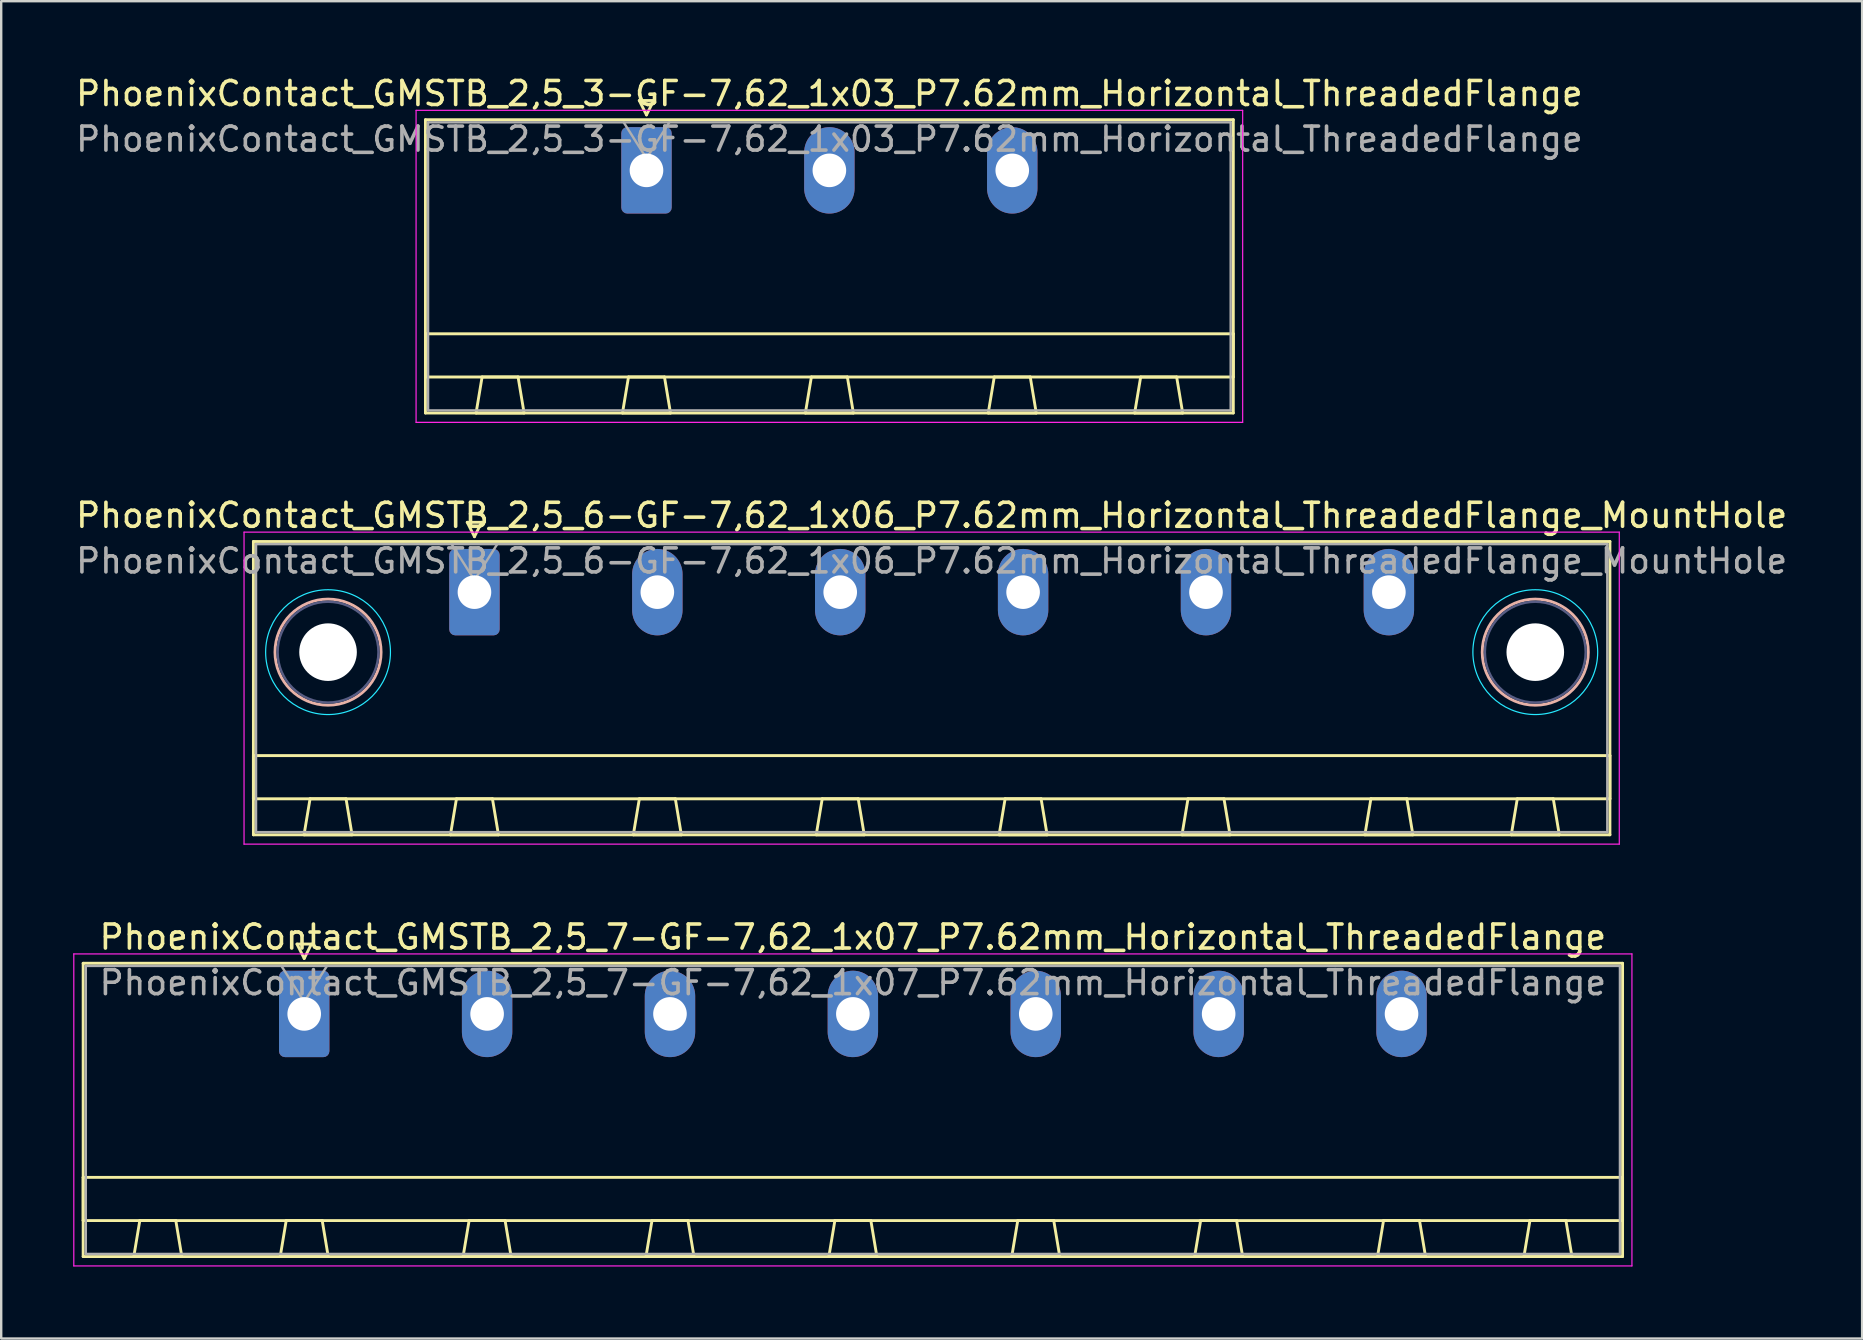
<source format=kicad_pcb>
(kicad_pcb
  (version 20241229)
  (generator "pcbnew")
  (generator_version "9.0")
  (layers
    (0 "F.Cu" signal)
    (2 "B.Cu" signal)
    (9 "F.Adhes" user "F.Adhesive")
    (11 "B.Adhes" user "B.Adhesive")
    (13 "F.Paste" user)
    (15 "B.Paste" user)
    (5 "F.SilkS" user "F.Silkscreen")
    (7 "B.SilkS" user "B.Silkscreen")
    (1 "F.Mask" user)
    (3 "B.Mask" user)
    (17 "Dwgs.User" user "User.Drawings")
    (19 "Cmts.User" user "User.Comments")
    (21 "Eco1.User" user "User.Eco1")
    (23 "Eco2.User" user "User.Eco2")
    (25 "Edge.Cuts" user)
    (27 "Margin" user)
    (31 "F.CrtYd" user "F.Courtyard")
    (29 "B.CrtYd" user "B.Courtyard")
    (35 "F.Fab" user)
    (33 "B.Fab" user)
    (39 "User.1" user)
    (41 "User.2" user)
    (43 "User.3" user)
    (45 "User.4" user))
  (footprint "PhoenixContact_GMSTB_2,5_6-GF-7,62_1x06_P7.62mm_Horizontal_ThreadedFlange_MountHole"
    (layer "F.Cu")
    (at 16.718 21.622)
    (property "Reference" "PhoenixContact_GMSTB_2,5_6-GF-7,62_1x06_P7.62mm_Horizontal_ThreadedFlange_MountHole" (at 19.05 -3.2 0) (layer "F.SilkS") (effects (font (size 1 1) (thickness 0.15))))
    (attr through_hole)
    (fp_line (start -9.21 -2.11) (end -9.21 10.11) (stroke (width 0.12) (type solid)) (layer "F.SilkS"))
    (fp_line (start -9.21 6.81) (end 47.31 6.81) (stroke (width 0.12) (type solid)) (layer "F.SilkS"))
    (fp_line (start -9.21 8.61) (end -9.21 6.81) (stroke (width 0.12) (type solid)) (layer "F.SilkS"))
    (fp_line (start -9.21 10.11) (end 47.31 10.11) (stroke (width 0.12) (type solid)) (layer "F.SilkS"))
    (fp_line (start -7.1 10.11) (end -5.1 10.11) (stroke (width 0.12) (type solid)) (layer "F.SilkS"))
    (fp_line (start -6.85 8.61) (end -7.1 10.11) (stroke (width 0.12) (type solid)) (layer "F.SilkS"))
    (fp_line (start -5.35 8.61) (end -6.85 8.61) (stroke (width 0.12) (type solid)) (layer "F.SilkS"))
    (fp_line (start -5.1 10.11) (end -5.35 8.61) (stroke (width 0.12) (type solid)) (layer "F.SilkS"))
    (fp_line (start -1 10.11) (end 1 10.11) (stroke (width 0.12) (type solid)) (layer "F.SilkS"))
    (fp_line (start -0.75 8.61) (end -1 10.11) (stroke (width 0.12) (type solid)) (layer "F.SilkS"))
    (fp_line (start -0.3 -2.91) (end 0.3 -2.91) (stroke (width 0.12) (type solid)) (layer "F.SilkS"))
    (fp_line (start 0 -2.31) (end -0.3 -2.91) (stroke (width 0.12) (type solid)) (layer "F.SilkS"))
    (fp_line (start 0.3 -2.91) (end 0 -2.31) (stroke (width 0.12) (type solid)) (layer "F.SilkS"))
    (fp_line (start 0.75 8.61) (end -0.75 8.61) (stroke (width 0.12) (type solid)) (layer "F.SilkS"))
    (fp_line (start 1 10.11) (end 0.75 8.61) (stroke (width 0.12) (type solid)) (layer "F.SilkS"))
    (fp_line (start 6.62 10.11) (end 8.62 10.11) (stroke (width 0.12) (type solid)) (layer "F.SilkS"))
    (fp_line (start 6.87 8.61) (end 6.62 10.11) (stroke (width 0.12) (type solid)) (layer "F.SilkS"))
    (fp_line (start 8.37 8.61) (end 6.87 8.61) (stroke (width 0.12) (type solid)) (layer "F.SilkS"))
    (fp_line (start 8.62 10.11) (end 8.37 8.61) (stroke (width 0.12) (type solid)) (layer "F.SilkS"))
    (fp_line (start 14.24 10.11) (end 16.24 10.11) (stroke (width 0.12) (type solid)) (layer "F.SilkS"))
    (fp_line (start 14.49 8.61) (end 14.24 10.11) (stroke (width 0.12) (type solid)) (layer "F.SilkS"))
    (fp_line (start 15.99 8.61) (end 14.49 8.61) (stroke (width 0.12) (type solid)) (layer "F.SilkS"))
    (fp_line (start 16.24 10.11) (end 15.99 8.61) (stroke (width 0.12) (type solid)) (layer "F.SilkS"))
    (fp_line (start 21.86 10.11) (end 23.86 10.11) (stroke (width 0.12) (type solid)) (layer "F.SilkS"))
    (fp_line (start 22.11 8.61) (end 21.86 10.11) (stroke (width 0.12) (type solid)) (layer "F.SilkS"))
    (fp_line (start 23.61 8.61) (end 22.11 8.61) (stroke (width 0.12) (type solid)) (layer "F.SilkS"))
    (fp_line (start 23.86 10.11) (end 23.61 8.61) (stroke (width 0.12) (type solid)) (layer "F.SilkS"))
    (fp_line (start 29.48 10.11) (end 31.48 10.11) (stroke (width 0.12) (type solid)) (layer "F.SilkS"))
    (fp_line (start 29.73 8.61) (end 29.48 10.11) (stroke (width 0.12) (type solid)) (layer "F.SilkS"))
    (fp_line (start 31.23 8.61) (end 29.73 8.61) (stroke (width 0.12) (type solid)) (layer "F.SilkS"))
    (fp_line (start 31.48 10.11) (end 31.23 8.61) (stroke (width 0.12) (type solid)) (layer "F.SilkS"))
    (fp_line (start 37.1 10.11) (end 39.1 10.11) (stroke (width 0.12) (type solid)) (layer "F.SilkS"))
    (fp_line (start 37.35 8.61) (end 37.1 10.11) (stroke (width 0.12) (type solid)) (layer "F.SilkS"))
    (fp_line (start 38.85 8.61) (end 37.35 8.61) (stroke (width 0.12) (type solid)) (layer "F.SilkS"))
    (fp_line (start 39.1 10.11) (end 38.85 8.61) (stroke (width 0.12) (type solid)) (layer "F.SilkS"))
    (fp_line (start 43.2 10.11) (end 45.2 10.11) (stroke (width 0.12) (type solid)) (layer "F.SilkS"))
    (fp_line (start 43.45 8.61) (end 43.2 10.11) (stroke (width 0.12) (type solid)) (layer "F.SilkS"))
    (fp_line (start 44.95 8.61) (end 43.45 8.61) (stroke (width 0.12) (type solid)) (layer "F.SilkS"))
    (fp_line (start 45.2 10.11) (end 44.95 8.61) (stroke (width 0.12) (type solid)) (layer "F.SilkS"))
    (fp_line (start 47.31 -2.11) (end -9.21 -2.11) (stroke (width 0.12) (type solid)) (layer "F.SilkS"))
    (fp_line (start 47.31 6.81) (end 47.31 8.61) (stroke (width 0.12) (type solid)) (layer "F.SilkS"))
    (fp_line (start 47.31 8.61) (end -9.21 8.61) (stroke (width 0.12) (type solid)) (layer "F.SilkS"))
    (fp_line (start 47.31 10.11) (end 47.31 -2.11) (stroke (width 0.12) (type solid)) (layer "F.SilkS"))
    (fp_circle (center -6.1 2.5) (end -3.89 2.5) (stroke (width 0.12) (type solid)) (fill no) (layer "B.SilkS"))
    (fp_circle (center 44.2 2.5) (end 46.41 2.5) (stroke (width 0.12) (type solid)) (fill no) (layer "B.SilkS"))
    (fp_circle (center -6.1 2.5) (end -3.5 2.5) (stroke (width 0.05) (type solid)) (fill no) (layer "B.CrtYd"))
    (fp_circle (center 44.2 2.5) (end 46.8 2.5) (stroke (width 0.05) (type solid)) (fill no) (layer "B.CrtYd"))
    (fp_line (start -9.6 -2.5) (end -9.6 10.5) (stroke (width 0.05) (type solid)) (layer "F.CrtYd"))
    (fp_line (start -9.6 10.5) (end 47.7 10.5) (stroke (width 0.05) (type solid)) (layer "F.CrtYd"))
    (fp_line (start 47.7 -2.5) (end -9.6 -2.5) (stroke (width 0.05) (type solid)) (layer "F.CrtYd"))
    (fp_line (start 47.7 10.5) (end 47.7 -2.5) (stroke (width 0.05) (type solid)) (layer "F.CrtYd"))
    (fp_circle (center -6.1 2.5) (end -4 2.5) (stroke (width 0.1) (type solid)) (fill no) (layer "B.Fab"))
    (fp_circle (center 44.2 2.5) (end 46.3 2.5) (stroke (width 0.1) (type solid)) (fill no) (layer "B.Fab"))
    (fp_line (start -9.1 -2) (end -9.1 10) (stroke (width 0.1) (type solid)) (layer "F.Fab"))
    (fp_line (start -9.1 10) (end 47.2 10) (stroke (width 0.1) (type solid)) (layer "F.Fab"))
    (fp_line (start 0 -0.5) (end -0.95 -2) (stroke (width 0.1) (type solid)) (layer "F.Fab"))
    (fp_line (start 0.95 -2) (end 0 -0.5) (stroke (width 0.1) (type solid)) (layer "F.Fab"))
    (fp_line (start 47.2 -2) (end -9.1 -2) (stroke (width 0.1) (type solid)) (layer "F.Fab"))
    (fp_line (start 47.2 10) (end 47.2 -2) (stroke (width 0.1) (type solid)) (layer "F.Fab"))
    (fp_text user "${REFERENCE}" (at 19.05 -1.3 0) (layer "F.Fab") (effects (font (size 1 1) (thickness 0.15))))
    (pad "" np_thru_hole circle (at -6.1 2.5) (size 2.4 2.4) (drill 2.4) (layers "*.Cu" "*.Mask"))
    (pad "" np_thru_hole circle (at 44.2 2.5) (size 2.4 2.4) (drill 2.4) (layers "*.Cu" "*.Mask"))
    (pad "1" thru_hole roundrect (at 0 0) (size 2.1 3.6) (drill 1.4) (layers "*.Cu" "*.Mask") (roundrect_rratio 0.119))
    (pad "2" thru_hole oval (at 7.62 0) (size 2.1 3.6) (drill 1.4) (layers "*.Cu" "*.Mask"))
    (pad "3" thru_hole oval (at 15.24 0) (size 2.1 3.6) (drill 1.4) (layers "*.Cu" "*.Mask"))
    (pad "4" thru_hole oval (at 22.86 0) (size 2.1 3.6) (drill 1.4) (layers "*.Cu" "*.Mask"))
    (pad "5" thru_hole oval (at 30.48 0) (size 2.1 3.6) (drill 1.4) (layers "*.Cu" "*.Mask"))
    (pad "6" thru_hole oval (at 38.1 0) (size 2.1 3.6) (drill 1.4) (layers "*.Cu" "*.Mask")))
  (footprint "PhoenixContact_GMSTB_2,5_3-GF-7,62_1x03_P7.62mm_Horizontal_ThreadedFlange"
    (layer "F.Cu")
    (at 23.886 4.048)
    (property "Reference" "PhoenixContact_GMSTB_2,5_3-GF-7,62_1x03_P7.62mm_Horizontal_ThreadedFlange" (at 7.62 -3.2 0) (layer "F.SilkS") (effects (font (size 1 1) (thickness 0.15))))
    (attr through_hole)
    (fp_line (start -9.21 -2.11) (end -9.21 10.11) (stroke (width 0.12) (type solid)) (layer "F.SilkS"))
    (fp_line (start -9.21 6.81) (end 24.45 6.81) (stroke (width 0.12) (type solid)) (layer "F.SilkS"))
    (fp_line (start -9.21 8.61) (end -9.21 6.81) (stroke (width 0.12) (type solid)) (layer "F.SilkS"))
    (fp_line (start -9.21 10.11) (end 24.45 10.11) (stroke (width 0.12) (type solid)) (layer "F.SilkS"))
    (fp_line (start -7.1 10.11) (end -5.1 10.11) (stroke (width 0.12) (type solid)) (layer "F.SilkS"))
    (fp_line (start -6.85 8.61) (end -7.1 10.11) (stroke (width 0.12) (type solid)) (layer "F.SilkS"))
    (fp_line (start -5.35 8.61) (end -6.85 8.61) (stroke (width 0.12) (type solid)) (layer "F.SilkS"))
    (fp_line (start -5.1 10.11) (end -5.35 8.61) (stroke (width 0.12) (type solid)) (layer "F.SilkS"))
    (fp_line (start -1 10.11) (end 1 10.11) (stroke (width 0.12) (type solid)) (layer "F.SilkS"))
    (fp_line (start -0.75 8.61) (end -1 10.11) (stroke (width 0.12) (type solid)) (layer "F.SilkS"))
    (fp_line (start -0.3 -2.91) (end 0.3 -2.91) (stroke (width 0.12) (type solid)) (layer "F.SilkS"))
    (fp_line (start 0 -2.31) (end -0.3 -2.91) (stroke (width 0.12) (type solid)) (layer "F.SilkS"))
    (fp_line (start 0.3 -2.91) (end 0 -2.31) (stroke (width 0.12) (type solid)) (layer "F.SilkS"))
    (fp_line (start 0.75 8.61) (end -0.75 8.61) (stroke (width 0.12) (type solid)) (layer "F.SilkS"))
    (fp_line (start 1 10.11) (end 0.75 8.61) (stroke (width 0.12) (type solid)) (layer "F.SilkS"))
    (fp_line (start 6.62 10.11) (end 8.62 10.11) (stroke (width 0.12) (type solid)) (layer "F.SilkS"))
    (fp_line (start 6.87 8.61) (end 6.62 10.11) (stroke (width 0.12) (type solid)) (layer "F.SilkS"))
    (fp_line (start 8.37 8.61) (end 6.87 8.61) (stroke (width 0.12) (type solid)) (layer "F.SilkS"))
    (fp_line (start 8.62 10.11) (end 8.37 8.61) (stroke (width 0.12) (type solid)) (layer "F.SilkS"))
    (fp_line (start 14.24 10.11) (end 16.24 10.11) (stroke (width 0.12) (type solid)) (layer "F.SilkS"))
    (fp_line (start 14.49 8.61) (end 14.24 10.11) (stroke (width 0.12) (type solid)) (layer "F.SilkS"))
    (fp_line (start 15.99 8.61) (end 14.49 8.61) (stroke (width 0.12) (type solid)) (layer "F.SilkS"))
    (fp_line (start 16.24 10.11) (end 15.99 8.61) (stroke (width 0.12) (type solid)) (layer "F.SilkS"))
    (fp_line (start 20.34 10.11) (end 22.34 10.11) (stroke (width 0.12) (type solid)) (layer "F.SilkS"))
    (fp_line (start 20.59 8.61) (end 20.34 10.11) (stroke (width 0.12) (type solid)) (layer "F.SilkS"))
    (fp_line (start 22.09 8.61) (end 20.59 8.61) (stroke (width 0.12) (type solid)) (layer "F.SilkS"))
    (fp_line (start 22.34 10.11) (end 22.09 8.61) (stroke (width 0.12) (type solid)) (layer "F.SilkS"))
    (fp_line (start 24.45 -2.11) (end -9.21 -2.11) (stroke (width 0.12) (type solid)) (layer "F.SilkS"))
    (fp_line (start 24.45 6.81) (end 24.45 8.61) (stroke (width 0.12) (type solid)) (layer "F.SilkS"))
    (fp_line (start 24.45 8.61) (end -9.21 8.61) (stroke (width 0.12) (type solid)) (layer "F.SilkS"))
    (fp_line (start 24.45 10.11) (end 24.45 -2.11) (stroke (width 0.12) (type solid)) (layer "F.SilkS"))
    (fp_line (start -9.6 -2.5) (end -9.6 10.5) (stroke (width 0.05) (type solid)) (layer "F.CrtYd"))
    (fp_line (start -9.6 10.5) (end 24.84 10.5) (stroke (width 0.05) (type solid)) (layer "F.CrtYd"))
    (fp_line (start 24.84 -2.5) (end -9.6 -2.5) (stroke (width 0.05) (type solid)) (layer "F.CrtYd"))
    (fp_line (start 24.84 10.5) (end 24.84 -2.5) (stroke (width 0.05) (type solid)) (layer "F.CrtYd"))
    (fp_line (start -9.1 -2) (end -9.1 10) (stroke (width 0.1) (type solid)) (layer "F.Fab"))
    (fp_line (start -9.1 10) (end 24.34 10) (stroke (width 0.1) (type solid)) (layer "F.Fab"))
    (fp_line (start 0 -0.5) (end -0.95 -2) (stroke (width 0.1) (type solid)) (layer "F.Fab"))
    (fp_line (start 0.95 -2) (end 0 -0.5) (stroke (width 0.1) (type solid)) (layer "F.Fab"))
    (fp_line (start 24.34 -2) (end -9.1 -2) (stroke (width 0.1) (type solid)) (layer "F.Fab"))
    (fp_line (start 24.34 10) (end 24.34 -2) (stroke (width 0.1) (type solid)) (layer "F.Fab"))
    (fp_text user "${REFERENCE}" (at 7.62 -1.3 0) (layer "F.Fab") (effects (font (size 1 1) (thickness 0.15))))
    (pad "1" thru_hole roundrect (at 0 0) (size 2.1 3.6) (drill 1.4) (layers "*.Cu" "*.Mask") (roundrect_rratio 0.119))
    (pad "2" thru_hole oval (at 7.62 0) (size 2.1 3.6) (drill 1.4) (layers "*.Cu" "*.Mask"))
    (pad "3" thru_hole oval (at 15.24 0) (size 2.1 3.6) (drill 1.4) (layers "*.Cu" "*.Mask")))
  (footprint "PhoenixContact_GMSTB_2,5_7-GF-7,62_1x07_P7.62mm_Horizontal_ThreadedFlange"
    (layer "F.Cu")
    (at 9.625 39.195)
    (property "Reference" "PhoenixContact_GMSTB_2,5_7-GF-7,62_1x07_P7.62mm_Horizontal_ThreadedFlange" (at 22.86 -3.2 0) (layer "F.SilkS") (effects (font (size 1 1) (thickness 0.15))))
    (attr through_hole)
    (fp_line (start -9.21 -2.11) (end -9.21 10.11) (stroke (width 0.12) (type solid)) (layer "F.SilkS"))
    (fp_line (start -9.21 6.81) (end 54.93 6.81) (stroke (width 0.12) (type solid)) (layer "F.SilkS"))
    (fp_line (start -9.21 8.61) (end -9.21 6.81) (stroke (width 0.12) (type solid)) (layer "F.SilkS"))
    (fp_line (start -9.21 10.11) (end 54.93 10.11) (stroke (width 0.12) (type solid)) (layer "F.SilkS"))
    (fp_line (start -7.1 10.11) (end -5.1 10.11) (stroke (width 0.12) (type solid)) (layer "F.SilkS"))
    (fp_line (start -6.85 8.61) (end -7.1 10.11) (stroke (width 0.12) (type solid)) (layer "F.SilkS"))
    (fp_line (start -5.35 8.61) (end -6.85 8.61) (stroke (width 0.12) (type solid)) (layer "F.SilkS"))
    (fp_line (start -5.1 10.11) (end -5.35 8.61) (stroke (width 0.12) (type solid)) (layer "F.SilkS"))
    (fp_line (start -1 10.11) (end 1 10.11) (stroke (width 0.12) (type solid)) (layer "F.SilkS"))
    (fp_line (start -0.75 8.61) (end -1 10.11) (stroke (width 0.12) (type solid)) (layer "F.SilkS"))
    (fp_line (start -0.3 -2.91) (end 0.3 -2.91) (stroke (width 0.12) (type solid)) (layer "F.SilkS"))
    (fp_line (start 0 -2.31) (end -0.3 -2.91) (stroke (width 0.12) (type solid)) (layer "F.SilkS"))
    (fp_line (start 0.3 -2.91) (end 0 -2.31) (stroke (width 0.12) (type solid)) (layer "F.SilkS"))
    (fp_line (start 0.75 8.61) (end -0.75 8.61) (stroke (width 0.12) (type solid)) (layer "F.SilkS"))
    (fp_line (start 1 10.11) (end 0.75 8.61) (stroke (width 0.12) (type solid)) (layer "F.SilkS"))
    (fp_line (start 6.62 10.11) (end 8.62 10.11) (stroke (width 0.12) (type solid)) (layer "F.SilkS"))
    (fp_line (start 6.87 8.61) (end 6.62 10.11) (stroke (width 0.12) (type solid)) (layer "F.SilkS"))
    (fp_line (start 8.37 8.61) (end 6.87 8.61) (stroke (width 0.12) (type solid)) (layer "F.SilkS"))
    (fp_line (start 8.62 10.11) (end 8.37 8.61) (stroke (width 0.12) (type solid)) (layer "F.SilkS"))
    (fp_line (start 14.24 10.11) (end 16.24 10.11) (stroke (width 0.12) (type solid)) (layer "F.SilkS"))
    (fp_line (start 14.49 8.61) (end 14.24 10.11) (stroke (width 0.12) (type solid)) (layer "F.SilkS"))
    (fp_line (start 15.99 8.61) (end 14.49 8.61) (stroke (width 0.12) (type solid)) (layer "F.SilkS"))
    (fp_line (start 16.24 10.11) (end 15.99 8.61) (stroke (width 0.12) (type solid)) (layer "F.SilkS"))
    (fp_line (start 21.86 10.11) (end 23.86 10.11) (stroke (width 0.12) (type solid)) (layer "F.SilkS"))
    (fp_line (start 22.11 8.61) (end 21.86 10.11) (stroke (width 0.12) (type solid)) (layer "F.SilkS"))
    (fp_line (start 23.61 8.61) (end 22.11 8.61) (stroke (width 0.12) (type solid)) (layer "F.SilkS"))
    (fp_line (start 23.86 10.11) (end 23.61 8.61) (stroke (width 0.12) (type solid)) (layer "F.SilkS"))
    (fp_line (start 29.48 10.11) (end 31.48 10.11) (stroke (width 0.12) (type solid)) (layer "F.SilkS"))
    (fp_line (start 29.73 8.61) (end 29.48 10.11) (stroke (width 0.12) (type solid)) (layer "F.SilkS"))
    (fp_line (start 31.23 8.61) (end 29.73 8.61) (stroke (width 0.12) (type solid)) (layer "F.SilkS"))
    (fp_line (start 31.48 10.11) (end 31.23 8.61) (stroke (width 0.12) (type solid)) (layer "F.SilkS"))
    (fp_line (start 37.1 10.11) (end 39.1 10.11) (stroke (width 0.12) (type solid)) (layer "F.SilkS"))
    (fp_line (start 37.35 8.61) (end 37.1 10.11) (stroke (width 0.12) (type solid)) (layer "F.SilkS"))
    (fp_line (start 38.85 8.61) (end 37.35 8.61) (stroke (width 0.12) (type solid)) (layer "F.SilkS"))
    (fp_line (start 39.1 10.11) (end 38.85 8.61) (stroke (width 0.12) (type solid)) (layer "F.SilkS"))
    (fp_line (start 44.72 10.11) (end 46.72 10.11) (stroke (width 0.12) (type solid)) (layer "F.SilkS"))
    (fp_line (start 44.97 8.61) (end 44.72 10.11) (stroke (width 0.12) (type solid)) (layer "F.SilkS"))
    (fp_line (start 46.47 8.61) (end 44.97 8.61) (stroke (width 0.12) (type solid)) (layer "F.SilkS"))
    (fp_line (start 46.72 10.11) (end 46.47 8.61) (stroke (width 0.12) (type solid)) (layer "F.SilkS"))
    (fp_line (start 50.82 10.11) (end 52.82 10.11) (stroke (width 0.12) (type solid)) (layer "F.SilkS"))
    (fp_line (start 51.07 8.61) (end 50.82 10.11) (stroke (width 0.12) (type solid)) (layer "F.SilkS"))
    (fp_line (start 52.57 8.61) (end 51.07 8.61) (stroke (width 0.12) (type solid)) (layer "F.SilkS"))
    (fp_line (start 52.82 10.11) (end 52.57 8.61) (stroke (width 0.12) (type solid)) (layer "F.SilkS"))
    (fp_line (start 54.93 -2.11) (end -9.21 -2.11) (stroke (width 0.12) (type solid)) (layer "F.SilkS"))
    (fp_line (start 54.93 6.81) (end 54.93 8.61) (stroke (width 0.12) (type solid)) (layer "F.SilkS"))
    (fp_line (start 54.93 8.61) (end -9.21 8.61) (stroke (width 0.12) (type solid)) (layer "F.SilkS"))
    (fp_line (start 54.93 10.11) (end 54.93 -2.11) (stroke (width 0.12) (type solid)) (layer "F.SilkS"))
    (fp_line (start -9.6 -2.5) (end -9.6 10.5) (stroke (width 0.05) (type solid)) (layer "F.CrtYd"))
    (fp_line (start -9.6 10.5) (end 55.32 10.5) (stroke (width 0.05) (type solid)) (layer "F.CrtYd"))
    (fp_line (start 55.32 -2.5) (end -9.6 -2.5) (stroke (width 0.05) (type solid)) (layer "F.CrtYd"))
    (fp_line (start 55.32 10.5) (end 55.32 -2.5) (stroke (width 0.05) (type solid)) (layer "F.CrtYd"))
    (fp_line (start -9.1 -2) (end -9.1 10) (stroke (width 0.1) (type solid)) (layer "F.Fab"))
    (fp_line (start -9.1 10) (end 54.82 10) (stroke (width 0.1) (type solid)) (layer "F.Fab"))
    (fp_line (start 0 -0.5) (end -0.95 -2) (stroke (width 0.1) (type solid)) (layer "F.Fab"))
    (fp_line (start 0.95 -2) (end 0 -0.5) (stroke (width 0.1) (type solid)) (layer "F.Fab"))
    (fp_line (start 54.82 -2) (end -9.1 -2) (stroke (width 0.1) (type solid)) (layer "F.Fab"))
    (fp_line (start 54.82 10) (end 54.82 -2) (stroke (width 0.1) (type solid)) (layer "F.Fab"))
    (fp_text user "${REFERENCE}" (at 22.86 -1.3 0) (layer "F.Fab") (effects (font (size 1 1) (thickness 0.15))))
    (pad "1" thru_hole roundrect (at 0 0) (size 2.1 3.6) (drill 1.4) (layers "*.Cu" "*.Mask") (roundrect_rratio 0.119))
    (pad "2" thru_hole oval (at 7.62 0) (size 2.1 3.6) (drill 1.4) (layers "*.Cu" "*.Mask"))
    (pad "3" thru_hole oval (at 15.24 0) (size 2.1 3.6) (drill 1.4) (layers "*.Cu" "*.Mask"))
    (pad "4" thru_hole oval (at 22.86 0) (size 2.1 3.6) (drill 1.4) (layers "*.Cu" "*.Mask"))
    (pad "5" thru_hole oval (at 30.48 0) (size 2.1 3.6) (drill 1.4) (layers "*.Cu" "*.Mask"))
    (pad "6" thru_hole oval (at 38.1 0) (size 2.1 3.6) (drill 1.4) (layers "*.Cu" "*.Mask"))
    (pad "7" thru_hole oval (at 45.72 0) (size 2.1 3.6) (drill 1.4) (layers "*.Cu" "*.Mask")))
  (gr_rect
    (start -3 -3)
    (end 74.536 52.72)
    (stroke (width 0.1) (type default))
    (fill no)
    (layer "Edge.Cuts")))
</source>
